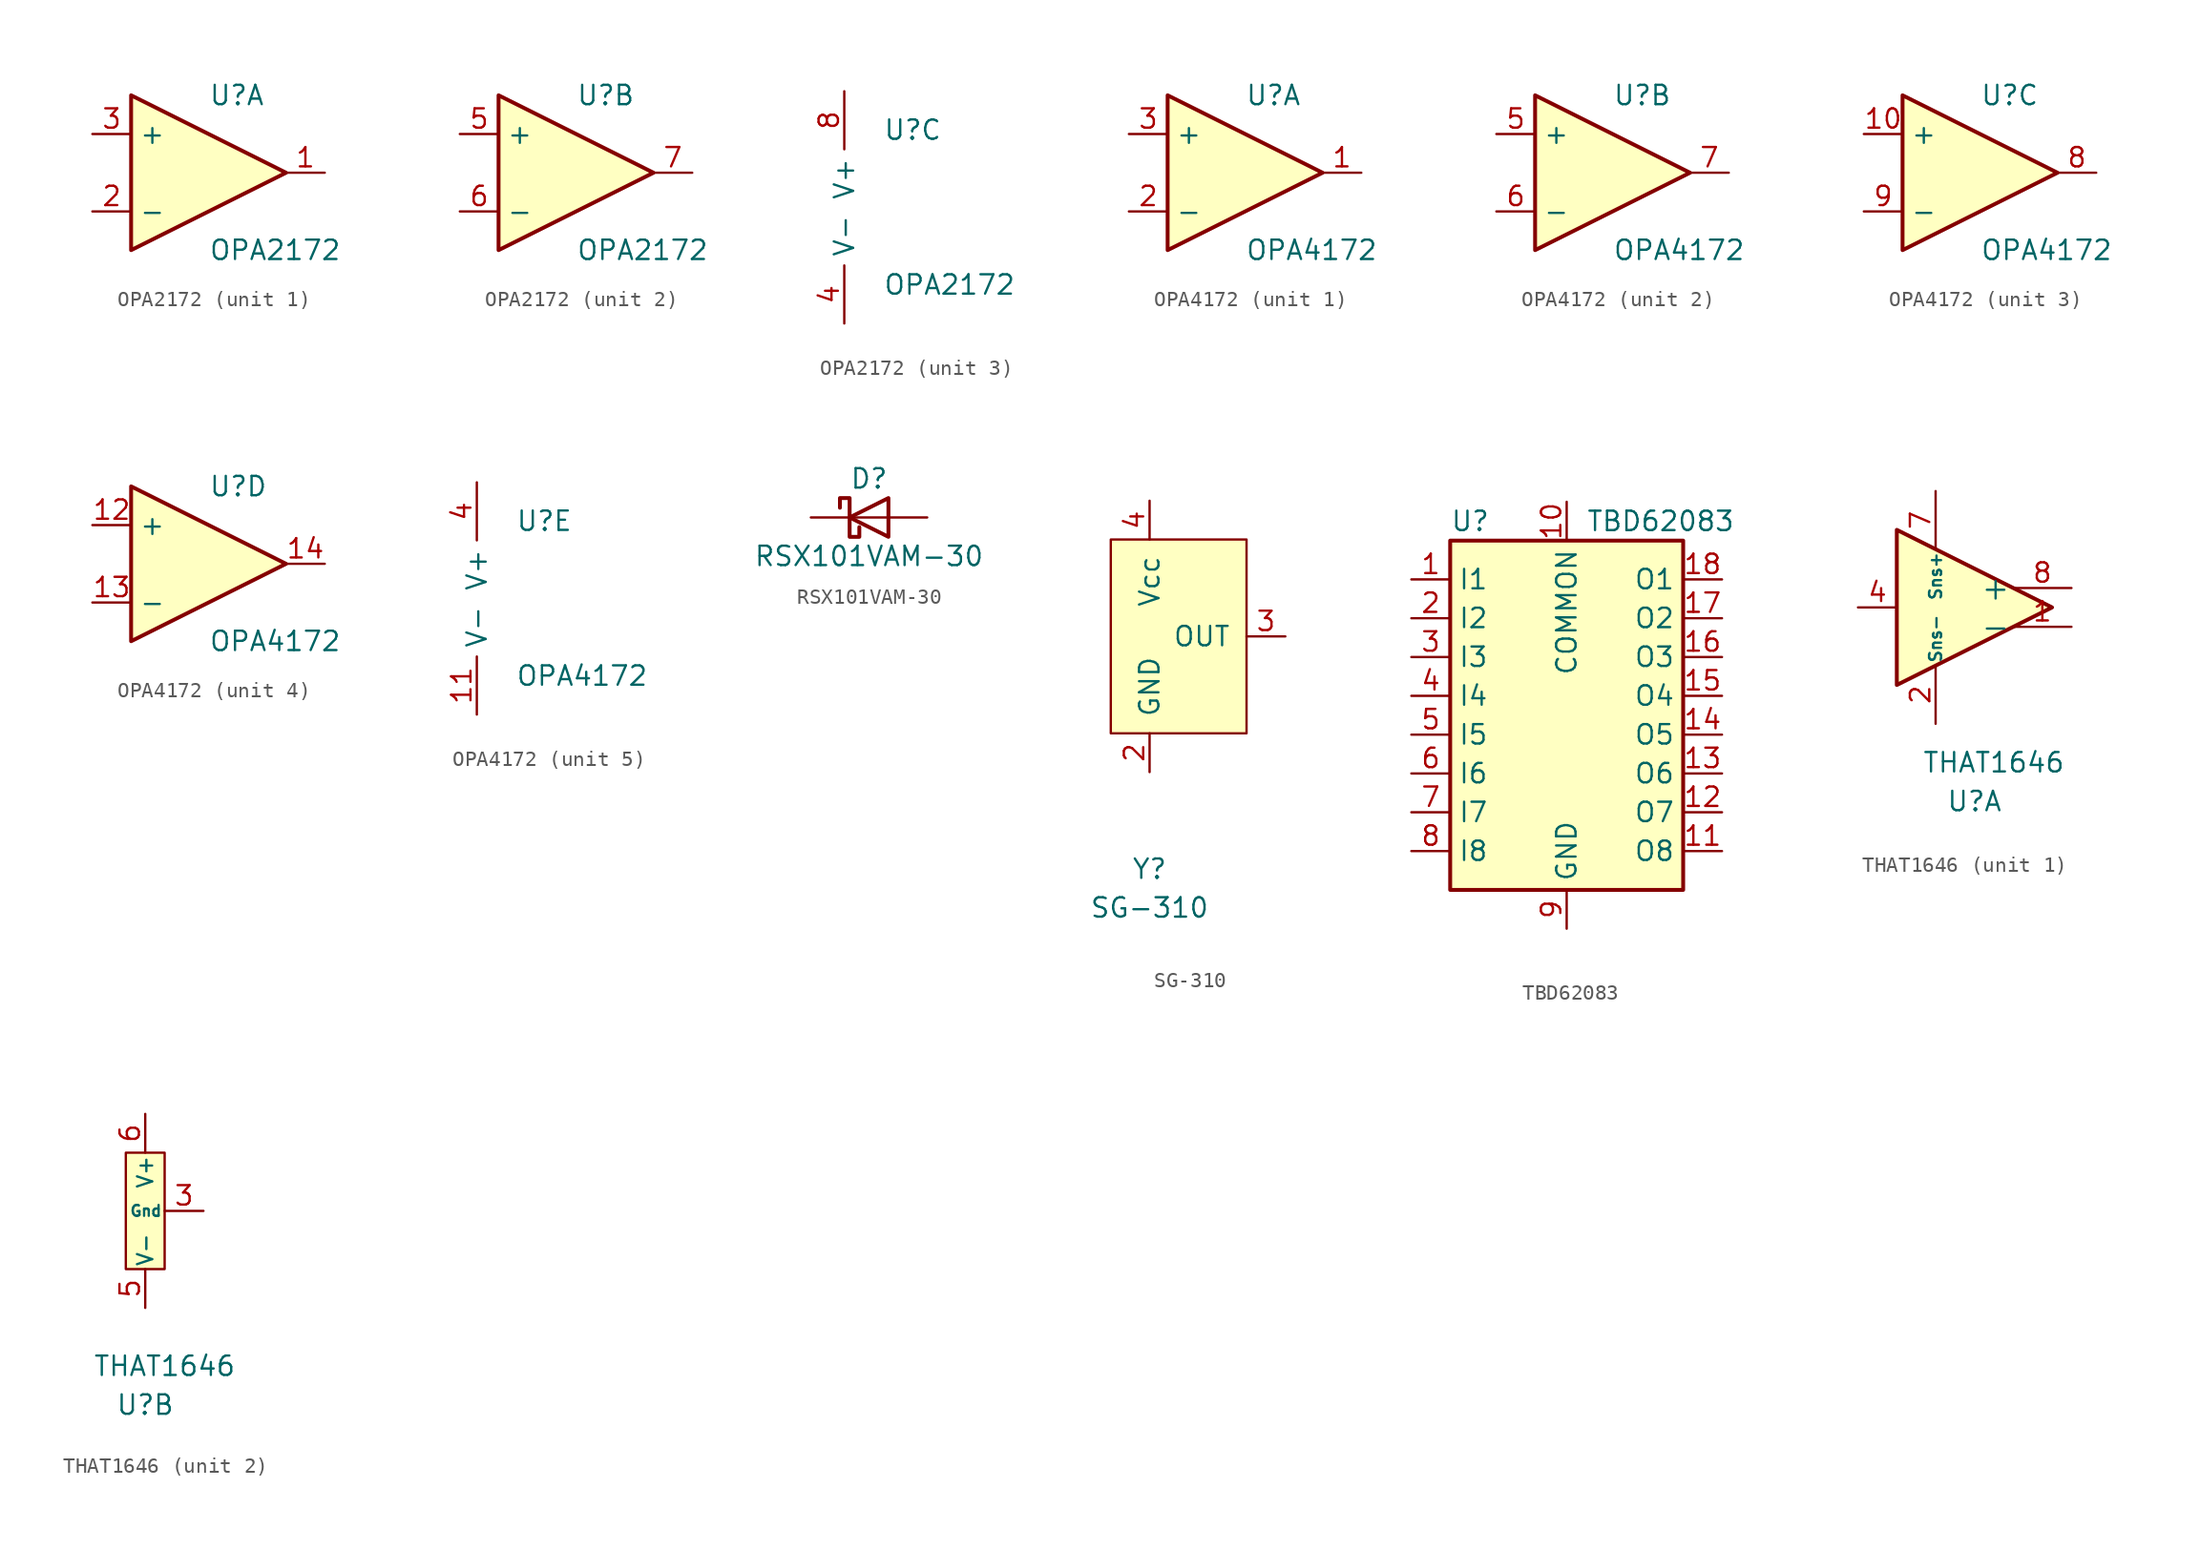
<source format=kicad_sym>
(kicad_symbol_lib
  (version 20231120)
  (generator "kicad_symbol_editor")
  (generator_version "8.0")
  (symbol "OPA2172"
    (property "Reference" "U"
      (at 0 5.08 0)
      (effects (font (size 1.27 1.27)) (justify left)))
    (property "Value" "OPA2172"
      (at 0 -5.08 0)
      (effects (font (size 1.27 1.27)) (justify left)))
    (property "ki_locked" ""
      (at 0 0 0)
      (effects (font (size 1.27 1.27))))
    (symbol "OPA2172_1_1"
      (polyline (pts (xy -5.08 5.08) (xy 5.08 0) (xy -5.08 -5.08) (xy -5.08 5.08)) (stroke (width 0.254) (type default)) (fill (type background)))
      (pin output line (at 7.62 0 180) (length 2.54) (name "~" (effects (font (size 1.27 1.27)))) (number "1" (effects (font (size 1.27 1.27)))))
      (pin input line (at -7.62 -2.54 0) (length 2.54) (name "-" (effects (font (size 1.27 1.27)))) (number "2" (effects (font (size 1.27 1.27)))))
      (pin input line (at -7.62 2.54 0) (length 2.54) (name "+" (effects (font (size 1.27 1.27)))) (number "3" (effects (font (size 1.27 1.27))))))
    (symbol "OPA2172_2_1"
      (polyline (pts (xy -5.08 5.08) (xy 5.08 0) (xy -5.08 -5.08) (xy -5.08 5.08)) (stroke (width 0.254) (type default)) (fill (type background)))
      (pin input line (at -7.62 2.54 0) (length 2.54) (name "+" (effects (font (size 1.27 1.27)))) (number "5" (effects (font (size 1.27 1.27)))))
      (pin input line (at -7.62 -2.54 0) (length 2.54) (name "-" (effects (font (size 1.27 1.27)))) (number "6" (effects (font (size 1.27 1.27)))))
      (pin output line (at 7.62 0 180) (length 2.54) (name "~" (effects (font (size 1.27 1.27)))) (number "7" (effects (font (size 1.27 1.27))))))
    (symbol "OPA2172_3_1"
      (pin power_in line (at -2.54 -7.62 90) (length 3.81) (name "V-" (effects (font (size 1.27 1.27)))) (number "4" (effects (font (size 1.27 1.27)))))
      (pin power_in line (at -2.54 7.62 270) (length 3.81) (name "V+" (effects (font (size 1.27 1.27)))) (number "8" (effects (font (size 1.27 1.27)))))))
  (symbol "OPA4172"
    (property "Reference" "U"
      (at 0 5.08 0)
      (effects (font (size 1.27 1.27)) (justify left)))
    (property "Value" "OPA4172"
      (at 0 -5.08 0)
      (effects (font (size 1.27 1.27)) (justify left)))
    (property "ki_locked" ""
      (at 0 0 0)
      (effects (font (size 1.27 1.27))))
    (symbol "OPA4172_1_1"
      (polyline (pts (xy -5.08 5.08) (xy 5.08 0) (xy -5.08 -5.08) (xy -5.08 5.08)) (stroke (width 0.254) (type default)) (fill (type background)))
      (pin output line (at 7.62 0 180) (length 2.54) (name "~" (effects (font (size 1.27 1.27)))) (number "1" (effects (font (size 1.27 1.27)))))
      (pin input line (at -7.62 -2.54 0) (length 2.54) (name "-" (effects (font (size 1.27 1.27)))) (number "2" (effects (font (size 1.27 1.27)))))
      (pin input line (at -7.62 2.54 0) (length 2.54) (name "+" (effects (font (size 1.27 1.27)))) (number "3" (effects (font (size 1.27 1.27))))))
    (symbol "OPA4172_2_1"
      (polyline (pts (xy -5.08 5.08) (xy 5.08 0) (xy -5.08 -5.08) (xy -5.08 5.08)) (stroke (width 0.254) (type default)) (fill (type background)))
      (pin input line (at -7.62 2.54 0) (length 2.54) (name "+" (effects (font (size 1.27 1.27)))) (number "5" (effects (font (size 1.27 1.27)))))
      (pin input line (at -7.62 -2.54 0) (length 2.54) (name "-" (effects (font (size 1.27 1.27)))) (number "6" (effects (font (size 1.27 1.27)))))
      (pin output line (at 7.62 0 180) (length 2.54) (name "~" (effects (font (size 1.27 1.27)))) (number "7" (effects (font (size 1.27 1.27))))))
    (symbol "OPA4172_3_1"
      (polyline (pts (xy -5.08 5.08) (xy 5.08 0) (xy -5.08 -5.08) (xy -5.08 5.08)) (stroke (width 0.254) (type default)) (fill (type background)))
      (pin input line (at -7.62 2.54 0) (length 2.54) (name "+" (effects (font (size 1.27 1.27)))) (number "10" (effects (font (size 1.27 1.27)))))
      (pin output line (at 7.62 0 180) (length 2.54) (name "~" (effects (font (size 1.27 1.27)))) (number "8" (effects (font (size 1.27 1.27)))))
      (pin input line (at -7.62 -2.54 0) (length 2.54) (name "-" (effects (font (size 1.27 1.27)))) (number "9" (effects (font (size 1.27 1.27))))))
    (symbol "OPA4172_4_1"
      (polyline (pts (xy -5.08 5.08) (xy 5.08 0) (xy -5.08 -5.08) (xy -5.08 5.08)) (stroke (width 0.254) (type default)) (fill (type background)))
      (pin input line (at -7.62 2.54 0) (length 2.54) (name "+" (effects (font (size 1.27 1.27)))) (number "12" (effects (font (size 1.27 1.27)))))
      (pin input line (at -7.62 -2.54 0) (length 2.54) (name "-" (effects (font (size 1.27 1.27)))) (number "13" (effects (font (size 1.27 1.27)))))
      (pin output line (at 7.62 0 180) (length 2.54) (name "~" (effects (font (size 1.27 1.27)))) (number "14" (effects (font (size 1.27 1.27))))))
    (symbol "OPA4172_5_1"
      (pin power_in line (at -2.54 -7.62 90) (length 3.81) (name "V-" (effects (font (size 1.27 1.27)))) (number "11" (effects (font (size 1.27 1.27)))))
      (pin power_in line (at -2.54 7.62 270) (length 3.81) (name "V+" (effects (font (size 1.27 1.27)))) (number "4" (effects (font (size 1.27 1.27)))))))
  (symbol "RSX101VAM-30"
    (pin_numbers hide)
    (pin_names
      (offset 1.016) hide)
    (property "Reference" "D"
      (at 0 2.54 0)
      (effects (font (size 1.27 1.27))))
    (property "Value" "RSX101VAM-30"
      (at 0 -2.54 0)
      (effects (font (size 1.27 1.27))))
    (symbol "RSX101VAM-30_0_1"
      (polyline (pts (xy 1.27 0) (xy -1.27 0)) (stroke (width 0) (type default)) (fill (type none)))
      (polyline (pts (xy 1.27 1.27) (xy 1.27 -1.27) (xy -1.27 0) (xy 1.27 1.27)) (stroke (width 0.254) (type default)) (fill (type none)))
      (polyline (pts (xy -1.905 0.635) (xy -1.905 1.27) (xy -1.27 1.27) (xy -1.27 -1.27) (xy -0.635 -1.27) (xy -0.635 -0.635)) (stroke (width 0.254) (type default)) (fill (type none))))
    (symbol "RSX101VAM-30_1_1"
      (pin passive line (at -3.81 0 0) (length 2.54) (name "K" (effects (font (size 1.27 1.27)))) (number "1" (effects (font (size 1.27 1.27)))))
      (pin passive line (at 3.81 0 180) (length 2.54) (name "A" (effects (font (size 1.27 1.27)))) (number "2" (effects (font (size 1.27 1.27)))))))
  (symbol "SG-310"
    (pin_names
      (offset 1.016))
    (property "Reference" "Y"
      (at 0 -15.24 0)
      (effects (font (size 1.27 1.27))))
    (property "Value" "SG-310"
      (at 0 -17.78 0)
      (effects (font (size 1.27 1.27))))
    (symbol "SG-310_0_1"
      (rectangle (start -2.54 -6.35) (end 6.35 6.35) (stroke (width 0) (type default)) (fill (type background))))
    (symbol "SG-310_1_1"
      (pin no_connect line (at 2.54 -8.89 90) (length 2.54) hide (name "~{ST}" (effects (font (size 1.27 1.27)))) (number "1" (effects (font (size 1.27 1.27)))))
      (pin power_in line (at 0 -8.89 90) (length 2.54) (name "GND" (effects (font (size 1.27 1.27)))) (number "2" (effects (font (size 1.27 1.27)))))
      (pin output line (at 8.89 0 180) (length 2.54) (name "OUT" (effects (font (size 1.27 1.27)))) (number "3" (effects (font (size 1.27 1.27)))))
      (pin power_in line (at 0 8.89 270) (length 2.54) (name "Vcc" (effects (font (size 1.27 1.27)))) (number "4" (effects (font (size 1.27 1.27)))))))
  (symbol "TBD62083"
    (property "Reference" "U"
      (at -7.62 11.43 0)
      (effects (font (size 1.27 1.27)) (justify left)))
    (property "Value" "TBD62083"
      (at 1.27 11.43 0)
      (effects (font (size 1.27 1.27)) (justify left)))
    (symbol "TBD62083_0_1"
      (rectangle (start -7.62 10.16) (end 7.62 -12.7) (stroke (width 0.254) (type default)) (fill (type background))))
    (symbol "TBD62083_1_1"
      (pin input line (at -10.16 7.62 0) (length 2.54) (name "I1" (effects (font (size 1.27 1.27)))) (number "1" (effects (font (size 1.27 1.27)))))
      (pin power_in line (at 0 12.7 270) (length 2.54) (name "COMMON" (effects (font (size 1.27 1.27)))) (number "10" (effects (font (size 1.27 1.27)))))
      (pin open_collector line (at 10.16 -10.16 180) (length 2.54) (name "O8" (effects (font (size 1.27 1.27)))) (number "11" (effects (font (size 1.27 1.27)))))
      (pin open_collector line (at 10.16 -7.62 180) (length 2.54) (name "O7" (effects (font (size 1.27 1.27)))) (number "12" (effects (font (size 1.27 1.27)))))
      (pin open_collector line (at 10.16 -5.08 180) (length 2.54) (name "O6" (effects (font (size 1.27 1.27)))) (number "13" (effects (font (size 1.27 1.27)))))
      (pin open_collector line (at 10.16 -2.54 180) (length 2.54) (name "O5" (effects (font (size 1.27 1.27)))) (number "14" (effects (font (size 1.27 1.27)))))
      (pin open_collector line (at 10.16 0 180) (length 2.54) (name "O4" (effects (font (size 1.27 1.27)))) (number "15" (effects (font (size 1.27 1.27)))))
      (pin open_collector line (at 10.16 2.54 180) (length 2.54) (name "O3" (effects (font (size 1.27 1.27)))) (number "16" (effects (font (size 1.27 1.27)))))
      (pin open_collector line (at 10.16 5.08 180) (length 2.54) (name "O2" (effects (font (size 1.27 1.27)))) (number "17" (effects (font (size 1.27 1.27)))))
      (pin open_collector line (at 10.16 7.62 180) (length 2.54) (name "O1" (effects (font (size 1.27 1.27)))) (number "18" (effects (font (size 1.27 1.27)))))
      (pin input line (at -10.16 5.08 0) (length 2.54) (name "I2" (effects (font (size 1.27 1.27)))) (number "2" (effects (font (size 1.27 1.27)))))
      (pin input line (at -10.16 2.54 0) (length 2.54) (name "I3" (effects (font (size 1.27 1.27)))) (number "3" (effects (font (size 1.27 1.27)))))
      (pin input line (at -10.16 0 0) (length 2.54) (name "I4" (effects (font (size 1.27 1.27)))) (number "4" (effects (font (size 1.27 1.27)))))
      (pin input line (at -10.16 -2.54 0) (length 2.54) (name "I5" (effects (font (size 1.27 1.27)))) (number "5" (effects (font (size 1.27 1.27)))))
      (pin input line (at -10.16 -5.08 0) (length 2.54) (name "I6" (effects (font (size 1.27 1.27)))) (number "6" (effects (font (size 1.27 1.27)))))
      (pin input line (at -10.16 -7.62 0) (length 2.54) (name "I7" (effects (font (size 1.27 1.27)))) (number "7" (effects (font (size 1.27 1.27)))))
      (pin input line (at -10.16 -10.16 0) (length 2.54) (name "I8" (effects (font (size 1.27 1.27)))) (number "8" (effects (font (size 1.27 1.27)))))
      (pin power_in line (at 0 -15.24 90) (length 2.54) (name "GND" (effects (font (size 1.27 1.27)))) (number "9" (effects (font (size 1.27 1.27)))))))
  (symbol "THAT1646"
    (pin_names
      (offset 0.127))
    (property "Reference" "U"
      (at 0 -12.7 0)
      (effects (font (size 1.27 1.27))))
    (property "Value" "THAT1646"
      (at 1.27 -10.16 0)
      (effects (font (size 1.27 1.27))))
    (property "ki_locked" ""
      (at 0 0 0)
      (effects (font (size 1.27 1.27))))
    (symbol "THAT1646_1_1"
      (polyline (pts (xy -5.08 5.08) (xy 5.08 0) (xy -5.08 -5.08) (xy -5.08 5.08)) (stroke (width 0.254) (type default)) (fill (type background)))
      (pin output line (at 6.35 -1.27 180) (length 3.81) (name "-" (effects (font (size 1.499 1.499)))) (number "1" (effects (font (size 1.27 1.27)))))
      (pin bidirectional line (at -2.54 -7.62 90) (length 3.81) (name "Sns-" (effects (font (size 0.787 0.787)))) (number "2" (effects (font (size 1.27 1.27)))))
      (pin input line (at -7.62 0 0) (length 2.54) (name "~" (effects (font (size 0.711 0.711)))) (number "4" (effects (font (size 1.27 1.27)))))
      (pin bidirectional line (at -2.54 7.62 270) (length 3.81) (name "Sns+" (effects (font (size 0.787 0.787)))) (number "7" (effects (font (size 1.27 1.27)))))
      (pin output line (at 6.35 1.27 180) (length 3.81) (name "+" (effects (font (size 1.499 1.499)))) (number "8" (effects (font (size 1.27 1.27))))))
    (symbol "THAT1646_2_1"
      (rectangle (start -1.27 3.81) (end 1.27 -3.81) (stroke (width 0) (type default)) (fill (type background)))
      (pin power_in line (at 3.81 0 180) (length 2.54) (name "Gnd" (effects (font (size 0.711 0.711)))) (number "3" (effects (font (size 1.27 1.27)))))
      (pin power_in line (at 0 -6.35 90) (length 2.54) (name "V-" (effects (font (size 0.991 0.991)))) (number "5" (effects (font (size 1.27 1.27)))))
      (pin power_in line (at 0 6.35 270) (length 2.54) (name "V+" (effects (font (size 0.991 0.991)))) (number "6" (effects (font (size 1.27 1.27))))))))
</source>
